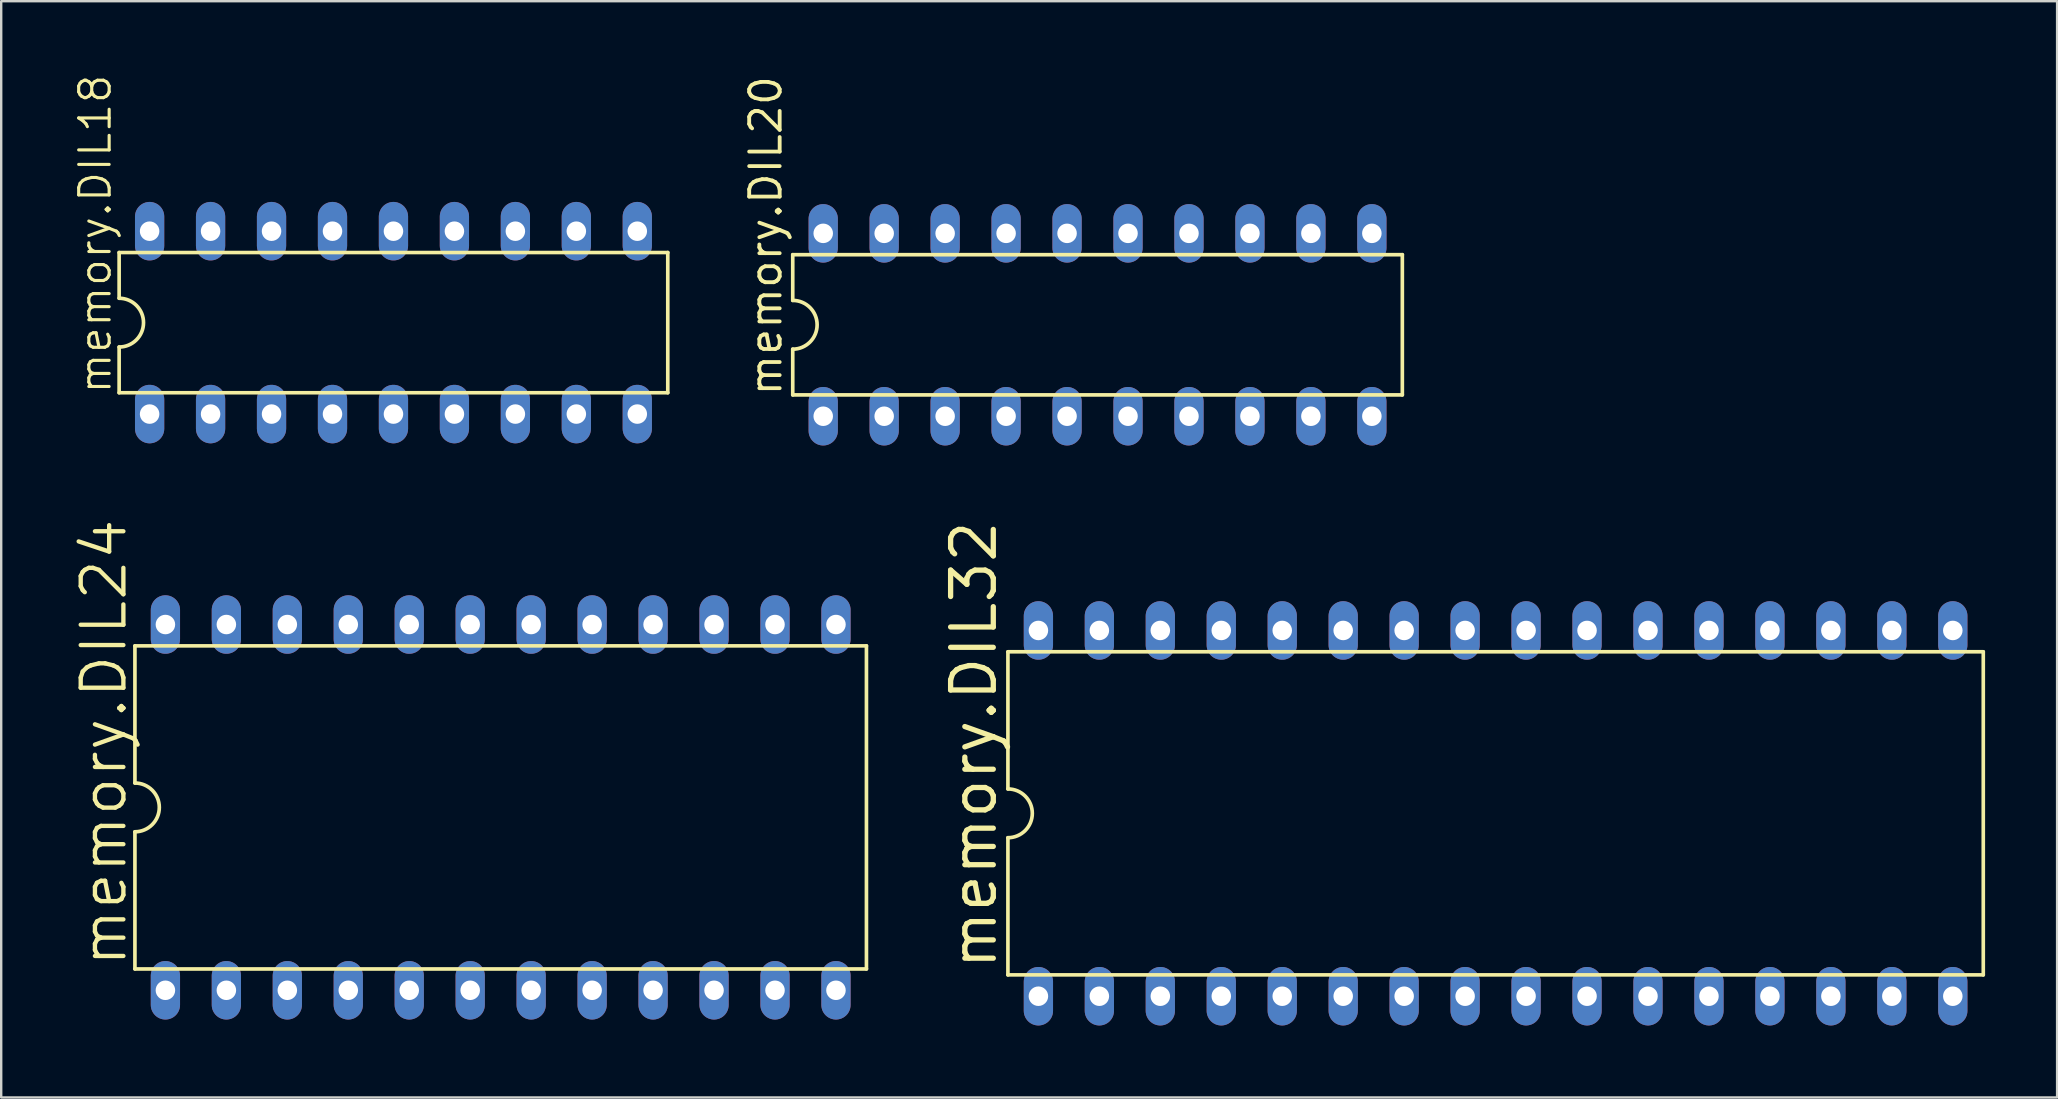
<source format=kicad_pcb>
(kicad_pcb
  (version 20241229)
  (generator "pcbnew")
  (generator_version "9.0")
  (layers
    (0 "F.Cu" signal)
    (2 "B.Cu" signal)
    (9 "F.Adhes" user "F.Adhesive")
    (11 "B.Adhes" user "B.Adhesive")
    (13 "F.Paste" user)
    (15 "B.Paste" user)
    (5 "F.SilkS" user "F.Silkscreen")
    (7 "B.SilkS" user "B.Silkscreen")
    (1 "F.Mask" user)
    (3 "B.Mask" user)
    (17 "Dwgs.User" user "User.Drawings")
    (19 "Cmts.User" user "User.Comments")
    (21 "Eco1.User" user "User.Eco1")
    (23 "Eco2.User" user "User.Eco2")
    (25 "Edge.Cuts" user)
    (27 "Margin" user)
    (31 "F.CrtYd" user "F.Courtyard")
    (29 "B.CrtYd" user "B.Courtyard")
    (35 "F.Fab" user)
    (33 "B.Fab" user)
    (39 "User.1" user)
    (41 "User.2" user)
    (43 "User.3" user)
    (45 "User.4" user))
  (footprint "memory.DIL24"
    (layer "F.Cu")
    (at 17.812 30.592)
    (property "Reference" "memory.DIL24" (at -15.494 6.731 90) (layer "F.SilkS") (effects (font (size 1.778 1.778) (thickness 0.18)) (justify left bottom)))
    (attr through_hole)
    (fp_line (start -15.24 -6.731) (end -15.24 -1.016) (stroke (width 0.152) (type default)) (layer "F.SilkS"))
    (fp_line (start -15.24 6.731) (end -15.24 1.016) (stroke (width 0.152) (type default)) (layer "F.SilkS"))
    (fp_line (start -15.24 6.731) (end 15.24 6.731) (stroke (width 0.152) (type default)) (layer "F.SilkS"))
    (fp_line (start 15.24 -6.731) (end -15.24 -6.731) (stroke (width 0.152) (type default)) (layer "F.SilkS"))
    (fp_line (start 15.24 -6.731) (end 15.24 6.731) (stroke (width 0.152) (type default)) (layer "F.SilkS"))
    (fp_arc (start -15.24 -1.016) (mid -14.224 0) (end -15.24 1.016) (stroke (width 0.1524) (type default)) (layer "F.SilkS"))
    (pad "1" thru_hole oval (at -13.97 7.62 90) (size 2.438 1.219) (drill 0.813) (layers "*.Cu" "*.Mask"))
    (pad "2" thru_hole oval (at -11.43 7.62 90) (size 2.438 1.219) (drill 0.813) (layers "*.Cu" "*.Mask"))
    (pad "3" thru_hole oval (at -8.89 7.62 90) (size 2.438 1.219) (drill 0.813) (layers "*.Cu" "*.Mask"))
    (pad "4" thru_hole oval (at -6.35 7.62 90) (size 2.438 1.219) (drill 0.813) (layers "*.Cu" "*.Mask"))
    (pad "5" thru_hole oval (at -3.81 7.62 90) (size 2.438 1.219) (drill 0.813) (layers "*.Cu" "*.Mask"))
    (pad "6" thru_hole oval (at -1.27 7.62 90) (size 2.438 1.219) (drill 0.813) (layers "*.Cu" "*.Mask"))
    (pad "7" thru_hole oval (at 1.27 7.62 90) (size 2.438 1.219) (drill 0.813) (layers "*.Cu" "*.Mask"))
    (pad "8" thru_hole oval (at 3.81 7.62 90) (size 2.438 1.219) (drill 0.813) (layers "*.Cu" "*.Mask"))
    (pad "9" thru_hole oval (at 6.35 7.62 90) (size 2.438 1.219) (drill 0.813) (layers "*.Cu" "*.Mask"))
    (pad "10" thru_hole oval (at 8.89 7.62 90) (size 2.438 1.219) (drill 0.813) (layers "*.Cu" "*.Mask"))
    (pad "11" thru_hole oval (at 11.43 7.62 90) (size 2.438 1.219) (drill 0.813) (layers "*.Cu" "*.Mask"))
    (pad "12" thru_hole oval (at 13.97 7.62 90) (size 2.438 1.219) (drill 0.813) (layers "*.Cu" "*.Mask"))
    (pad "13" thru_hole oval (at 13.97 -7.62 90) (size 2.438 1.219) (drill 0.813) (layers "*.Cu" "*.Mask"))
    (pad "14" thru_hole oval (at 11.43 -7.62 90) (size 2.438 1.219) (drill 0.813) (layers "*.Cu" "*.Mask"))
    (pad "15" thru_hole oval (at 8.89 -7.62 90) (size 2.438 1.219) (drill 0.813) (layers "*.Cu" "*.Mask"))
    (pad "16" thru_hole oval (at 6.35 -7.62 90) (size 2.438 1.219) (drill 0.813) (layers "*.Cu" "*.Mask"))
    (pad "17" thru_hole oval (at 3.81 -7.62 90) (size 2.438 1.219) (drill 0.813) (layers "*.Cu" "*.Mask"))
    (pad "18" thru_hole oval (at 1.27 -7.62 90) (size 2.438 1.219) (drill 0.813) (layers "*.Cu" "*.Mask"))
    (pad "19" thru_hole oval (at -1.27 -7.62 90) (size 2.438 1.219) (drill 0.813) (layers "*.Cu" "*.Mask"))
    (pad "20" thru_hole oval (at -3.81 -7.62 90) (size 2.438 1.219) (drill 0.813) (layers "*.Cu" "*.Mask"))
    (pad "21" thru_hole oval (at -6.35 -7.62 90) (size 2.438 1.219) (drill 0.813) (layers "*.Cu" "*.Mask"))
    (pad "22" thru_hole oval (at -8.89 -7.62 90) (size 2.438 1.219) (drill 0.813) (layers "*.Cu" "*.Mask"))
    (pad "23" thru_hole oval (at -11.43 -7.62 90) (size 2.438 1.219) (drill 0.813) (layers "*.Cu" "*.Mask"))
    (pad "24" thru_hole oval (at -13.97 -7.62 90) (size 2.438 1.219) (drill 0.813) (layers "*.Cu" "*.Mask")))
  (footprint "memory.DIL20"
    (layer "F.Cu")
    (at 42.681 10.483)
    (property "Reference" "memory.DIL20" (at -13.081 3.048 90) (layer "F.SilkS") (effects (font (size 1.27 1.27) (thickness 0.16)) (justify left bottom)))
    (attr through_hole)
    (fp_line (start -12.7 -2.921) (end -12.7 -1.016) (stroke (width 0.152) (type default)) (layer "F.SilkS"))
    (fp_line (start -12.7 2.921) (end -12.7 1.016) (stroke (width 0.152) (type default)) (layer "F.SilkS"))
    (fp_line (start -12.7 2.921) (end 12.7 2.921) (stroke (width 0.152) (type default)) (layer "F.SilkS"))
    (fp_line (start 12.7 -2.921) (end -12.7 -2.921) (stroke (width 0.152) (type default)) (layer "F.SilkS"))
    (fp_line (start 12.7 -2.921) (end 12.7 2.921) (stroke (width 0.152) (type default)) (layer "F.SilkS"))
    (fp_arc (start -12.7 -1.016) (mid -11.684 0) (end -12.7 1.016) (stroke (width 0.1524) (type default)) (layer "F.SilkS"))
    (pad "1" thru_hole oval (at -11.43 3.81 90) (size 2.438 1.219) (drill 0.813) (layers "*.Cu" "*.Mask"))
    (pad "2" thru_hole oval (at -8.89 3.81 90) (size 2.438 1.219) (drill 0.813) (layers "*.Cu" "*.Mask"))
    (pad "3" thru_hole oval (at -6.35 3.81 90) (size 2.438 1.219) (drill 0.813) (layers "*.Cu" "*.Mask"))
    (pad "4" thru_hole oval (at -3.81 3.81 90) (size 2.438 1.219) (drill 0.813) (layers "*.Cu" "*.Mask"))
    (pad "5" thru_hole oval (at -1.27 3.81 90) (size 2.438 1.219) (drill 0.813) (layers "*.Cu" "*.Mask"))
    (pad "6" thru_hole oval (at 1.27 3.81 90) (size 2.438 1.219) (drill 0.813) (layers "*.Cu" "*.Mask"))
    (pad "7" thru_hole oval (at 3.81 3.81 90) (size 2.438 1.219) (drill 0.813) (layers "*.Cu" "*.Mask"))
    (pad "8" thru_hole oval (at 6.35 3.81 90) (size 2.438 1.219) (drill 0.813) (layers "*.Cu" "*.Mask"))
    (pad "9" thru_hole oval (at 8.89 3.81 90) (size 2.438 1.219) (drill 0.813) (layers "*.Cu" "*.Mask"))
    (pad "10" thru_hole oval (at 11.43 3.81 90) (size 2.438 1.219) (drill 0.813) (layers "*.Cu" "*.Mask"))
    (pad "11" thru_hole oval (at 11.43 -3.81 90) (size 2.438 1.219) (drill 0.813) (layers "*.Cu" "*.Mask"))
    (pad "12" thru_hole oval (at 8.89 -3.81 90) (size 2.438 1.219) (drill 0.813) (layers "*.Cu" "*.Mask"))
    (pad "13" thru_hole oval (at 6.35 -3.81 90) (size 2.438 1.219) (drill 0.813) (layers "*.Cu" "*.Mask"))
    (pad "14" thru_hole oval (at 3.81 -3.81 90) (size 2.438 1.219) (drill 0.813) (layers "*.Cu" "*.Mask"))
    (pad "15" thru_hole oval (at 1.27 -3.81 90) (size 2.438 1.219) (drill 0.813) (layers "*.Cu" "*.Mask"))
    (pad "16" thru_hole oval (at -1.27 -3.81 90) (size 2.438 1.219) (drill 0.813) (layers "*.Cu" "*.Mask"))
    (pad "17" thru_hole oval (at -3.81 -3.81 90) (size 2.438 1.219) (drill 0.813) (layers "*.Cu" "*.Mask"))
    (pad "18" thru_hole oval (at -6.35 -3.81 90) (size 2.438 1.219) (drill 0.813) (layers "*.Cu" "*.Mask"))
    (pad "19" thru_hole oval (at -8.89 -3.81 90) (size 2.438 1.219) (drill 0.813) (layers "*.Cu" "*.Mask"))
    (pad "20" thru_hole oval (at -11.43 -3.81 90) (size 2.438 1.219) (drill 0.813) (layers "*.Cu" "*.Mask")))
  (footprint "memory.DIL18"
    (layer "F.Cu")
    (at 13.344 10.393)
    (property "Reference" "memory.DIL18" (at -11.684 3.048 90) (layer "F.SilkS") (effects (font (size 1.27 1.27) (thickness 0.13)) (justify left bottom)))
    (attr through_hole)
    (fp_line (start -11.43 -2.921) (end -11.43 -1.016) (stroke (width 0.152) (type default)) (layer "F.SilkS"))
    (fp_line (start -11.43 2.921) (end -11.43 1.016) (stroke (width 0.152) (type default)) (layer "F.SilkS"))
    (fp_line (start -11.43 2.921) (end 11.43 2.921) (stroke (width 0.152) (type default)) (layer "F.SilkS"))
    (fp_line (start 11.43 -2.921) (end -11.43 -2.921) (stroke (width 0.152) (type default)) (layer "F.SilkS"))
    (fp_line (start 11.43 -2.921) (end 11.43 2.921) (stroke (width 0.152) (type default)) (layer "F.SilkS"))
    (fp_arc (start -11.43 -1.016) (mid -10.414 0) (end -11.43 1.016) (stroke (width 0.1524) (type default)) (layer "F.SilkS"))
    (pad "1" thru_hole oval (at -10.16 3.81 90) (size 2.438 1.219) (drill 0.813) (layers "*.Cu" "*.Mask"))
    (pad "2" thru_hole oval (at -7.62 3.81 90) (size 2.438 1.219) (drill 0.813) (layers "*.Cu" "*.Mask"))
    (pad "3" thru_hole oval (at -5.08 3.81 90) (size 2.438 1.219) (drill 0.813) (layers "*.Cu" "*.Mask"))
    (pad "4" thru_hole oval (at -2.54 3.81 90) (size 2.438 1.219) (drill 0.813) (layers "*.Cu" "*.Mask"))
    (pad "5" thru_hole oval (at 0 3.81 90) (size 2.438 1.219) (drill 0.813) (layers "*.Cu" "*.Mask"))
    (pad "6" thru_hole oval (at 2.54 3.81 90) (size 2.438 1.219) (drill 0.813) (layers "*.Cu" "*.Mask"))
    (pad "7" thru_hole oval (at 5.08 3.81 90) (size 2.438 1.219) (drill 0.813) (layers "*.Cu" "*.Mask"))
    (pad "8" thru_hole oval (at 7.62 3.81 90) (size 2.438 1.219) (drill 0.813) (layers "*.Cu" "*.Mask"))
    (pad "9" thru_hole oval (at 10.16 3.81 90) (size 2.438 1.219) (drill 0.813) (layers "*.Cu" "*.Mask"))
    (pad "10" thru_hole oval (at 10.16 -3.81 90) (size 2.438 1.219) (drill 0.813) (layers "*.Cu" "*.Mask"))
    (pad "11" thru_hole oval (at 7.62 -3.81 90) (size 2.438 1.219) (drill 0.813) (layers "*.Cu" "*.Mask"))
    (pad "12" thru_hole oval (at 5.08 -3.81 90) (size 2.438 1.219) (drill 0.813) (layers "*.Cu" "*.Mask"))
    (pad "13" thru_hole oval (at 2.54 -3.81 90) (size 2.438 1.219) (drill 0.813) (layers "*.Cu" "*.Mask"))
    (pad "14" thru_hole oval (at 0 -3.81 90) (size 2.438 1.219) (drill 0.813) (layers "*.Cu" "*.Mask"))
    (pad "15" thru_hole oval (at -2.54 -3.81 90) (size 2.438 1.219) (drill 0.813) (layers "*.Cu" "*.Mask"))
    (pad "16" thru_hole oval (at -5.08 -3.81 90) (size 2.438 1.219) (drill 0.813) (layers "*.Cu" "*.Mask"))
    (pad "17" thru_hole oval (at -7.62 -3.81 90) (size 2.438 1.219) (drill 0.813) (layers "*.Cu" "*.Mask"))
    (pad "18" thru_hole oval (at -10.16 -3.81 90) (size 2.438 1.219) (drill 0.813) (layers "*.Cu" "*.Mask")))
  (footprint "memory.DIL32"
    (layer "F.Cu")
    (at 59.267 30.839)
    (property "Reference" "memory.DIL32" (at -20.701 6.604 90) (layer "F.SilkS") (effects (font (size 1.778 1.778) (thickness 0.22)) (justify left bottom)))
    (attr through_hole)
    (fp_line (start -20.32 -6.731) (end -20.32 -1.016) (stroke (width 0.152) (type default)) (layer "F.SilkS"))
    (fp_line (start -20.32 6.731) (end -20.32 1.016) (stroke (width 0.152) (type default)) (layer "F.SilkS"))
    (fp_line (start -20.32 6.731) (end 20.32 6.731) (stroke (width 0.152) (type default)) (layer "F.SilkS"))
    (fp_line (start 20.32 -6.731) (end -20.32 -6.731) (stroke (width 0.152) (type default)) (layer "F.SilkS"))
    (fp_line (start 20.32 -6.731) (end 20.32 6.731) (stroke (width 0.152) (type default)) (layer "F.SilkS"))
    (fp_arc (start -20.32 -1.016) (mid -19.304 0) (end -20.32 1.016) (stroke (width 0.1524) (type default)) (layer "F.SilkS"))
    (pad "1" thru_hole oval (at -19.05 7.62 90) (size 2.438 1.219) (drill 0.813) (layers "*.Cu" "*.Mask"))
    (pad "2" thru_hole oval (at -16.51 7.62 90) (size 2.438 1.219) (drill 0.813) (layers "*.Cu" "*.Mask"))
    (pad "3" thru_hole oval (at -13.97 7.62 90) (size 2.438 1.219) (drill 0.813) (layers "*.Cu" "*.Mask"))
    (pad "4" thru_hole oval (at -11.43 7.62 90) (size 2.438 1.219) (drill 0.813) (layers "*.Cu" "*.Mask"))
    (pad "5" thru_hole oval (at -8.89 7.62 90) (size 2.438 1.219) (drill 0.813) (layers "*.Cu" "*.Mask"))
    (pad "6" thru_hole oval (at -6.35 7.62 90) (size 2.438 1.219) (drill 0.813) (layers "*.Cu" "*.Mask"))
    (pad "7" thru_hole oval (at -3.81 7.62 90) (size 2.438 1.219) (drill 0.813) (layers "*.Cu" "*.Mask"))
    (pad "8" thru_hole oval (at -1.27 7.62 90) (size 2.438 1.219) (drill 0.813) (layers "*.Cu" "*.Mask"))
    (pad "9" thru_hole oval (at 1.27 7.62 90) (size 2.438 1.219) (drill 0.813) (layers "*.Cu" "*.Mask"))
    (pad "10" thru_hole oval (at 3.81 7.62 90) (size 2.438 1.219) (drill 0.813) (layers "*.Cu" "*.Mask"))
    (pad "11" thru_hole oval (at 6.35 7.62 90) (size 2.438 1.219) (drill 0.813) (layers "*.Cu" "*.Mask"))
    (pad "12" thru_hole oval (at 8.89 7.62 90) (size 2.438 1.219) (drill 0.813) (layers "*.Cu" "*.Mask"))
    (pad "13" thru_hole oval (at 11.43 7.62 90) (size 2.438 1.219) (drill 0.813) (layers "*.Cu" "*.Mask"))
    (pad "14" thru_hole oval (at 13.97 7.62 90) (size 2.438 1.219) (drill 0.813) (layers "*.Cu" "*.Mask"))
    (pad "15" thru_hole oval (at 16.51 7.62 90) (size 2.438 1.219) (drill 0.813) (layers "*.Cu" "*.Mask"))
    (pad "16" thru_hole oval (at 19.05 7.62 90) (size 2.438 1.219) (drill 0.813) (layers "*.Cu" "*.Mask"))
    (pad "17" thru_hole oval (at 19.05 -7.62 90) (size 2.438 1.219) (drill 0.813) (layers "*.Cu" "*.Mask"))
    (pad "18" thru_hole oval (at 16.51 -7.62 90) (size 2.438 1.219) (drill 0.813) (layers "*.Cu" "*.Mask"))
    (pad "19" thru_hole oval (at 13.97 -7.62 90) (size 2.438 1.219) (drill 0.813) (layers "*.Cu" "*.Mask"))
    (pad "20" thru_hole oval (at 11.43 -7.62 90) (size 2.438 1.219) (drill 0.813) (layers "*.Cu" "*.Mask"))
    (pad "21" thru_hole oval (at 8.89 -7.62 90) (size 2.438 1.219) (drill 0.813) (layers "*.Cu" "*.Mask"))
    (pad "22" thru_hole oval (at 6.35 -7.62 90) (size 2.438 1.219) (drill 0.813) (layers "*.Cu" "*.Mask"))
    (pad "23" thru_hole oval (at 3.81 -7.62 90) (size 2.438 1.219) (drill 0.813) (layers "*.Cu" "*.Mask"))
    (pad "24" thru_hole oval (at 1.27 -7.62 90) (size 2.438 1.219) (drill 0.813) (layers "*.Cu" "*.Mask"))
    (pad "25" thru_hole oval (at -1.27 -7.62 90) (size 2.438 1.219) (drill 0.813) (layers "*.Cu" "*.Mask"))
    (pad "26" thru_hole oval (at -3.81 -7.62 90) (size 2.438 1.219) (drill 0.813) (layers "*.Cu" "*.Mask"))
    (pad "27" thru_hole oval (at -6.35 -7.62 90) (size 2.438 1.219) (drill 0.813) (layers "*.Cu" "*.Mask"))
    (pad "28" thru_hole oval (at -8.89 -7.62 90) (size 2.438 1.219) (drill 0.813) (layers "*.Cu" "*.Mask"))
    (pad "29" thru_hole oval (at -11.43 -7.62 90) (size 2.438 1.219) (drill 0.813) (layers "*.Cu" "*.Mask"))
    (pad "30" thru_hole oval (at -13.97 -7.62 90) (size 2.438 1.219) (drill 0.813) (layers "*.Cu" "*.Mask"))
    (pad "31" thru_hole oval (at -16.51 -7.62 90) (size 2.438 1.219) (drill 0.813) (layers "*.Cu" "*.Mask"))
    (pad "32" thru_hole oval (at -19.05 -7.62 90) (size 2.438 1.219) (drill 0.813) (layers "*.Cu" "*.Mask")))
  (gr_rect
    (start -3 -3)
    (end 82.663 42.678)
    (stroke (width 0.1) (type default))
    (fill no)
    (layer "Edge.Cuts")))
</source>
